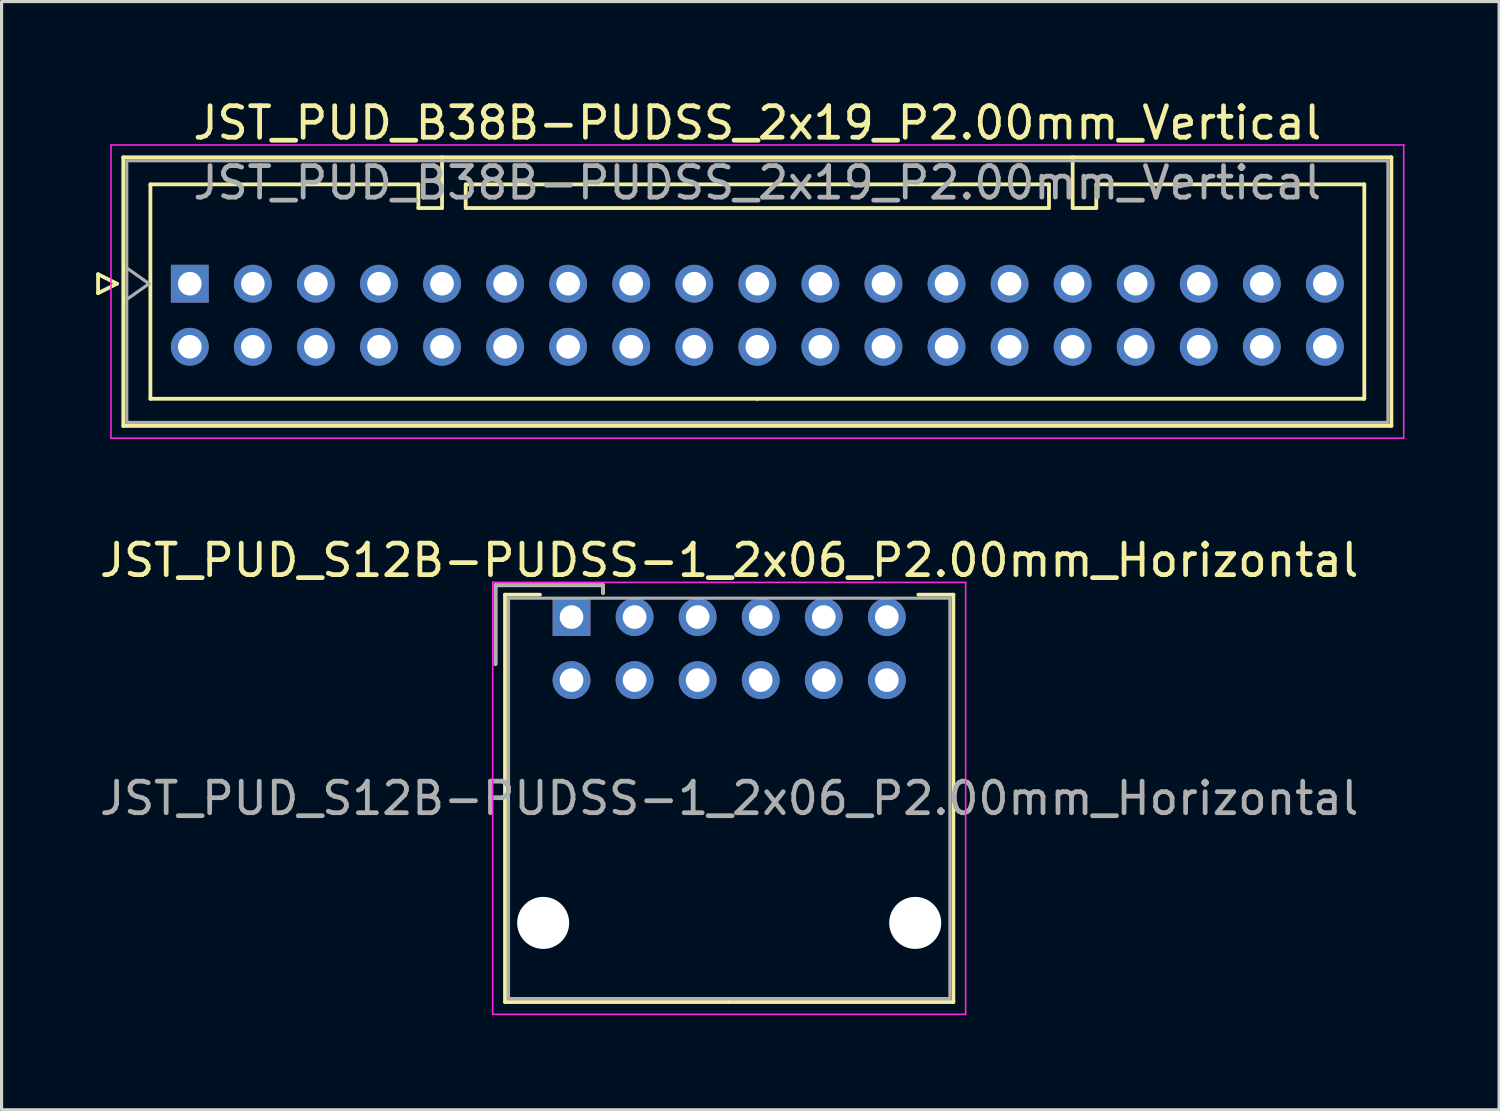
<source format=kicad_pcb>
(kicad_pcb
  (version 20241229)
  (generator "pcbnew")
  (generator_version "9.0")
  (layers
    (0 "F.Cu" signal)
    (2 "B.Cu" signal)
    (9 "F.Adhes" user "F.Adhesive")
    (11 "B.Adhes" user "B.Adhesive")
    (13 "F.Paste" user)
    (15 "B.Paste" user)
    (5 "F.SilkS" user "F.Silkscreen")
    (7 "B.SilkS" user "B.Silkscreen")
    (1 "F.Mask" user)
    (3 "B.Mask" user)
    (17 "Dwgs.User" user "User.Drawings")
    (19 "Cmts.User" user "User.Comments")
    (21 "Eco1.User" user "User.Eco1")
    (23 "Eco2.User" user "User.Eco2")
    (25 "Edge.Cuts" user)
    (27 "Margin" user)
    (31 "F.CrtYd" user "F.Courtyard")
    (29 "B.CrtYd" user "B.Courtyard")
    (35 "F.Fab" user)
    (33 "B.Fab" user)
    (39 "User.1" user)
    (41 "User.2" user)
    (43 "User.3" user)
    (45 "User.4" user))
  (footprint "JST_PUD_S12B-PUDSS-1_2x06_P2.00mm_Horizontal"
    (layer "F.Cu")
    (at 15.077 16.521)
    (property "Reference" "JST_PUD_S12B-PUDSS-1_2x06_P2.00mm_Horizontal" (at 5 -1.8 0) (layer "F.SilkS") (effects (font (size 1 1) (thickness 0.15))))
    (attr through_hole)
    (fp_line (start -2.41 -1.01) (end -2.41 1.49) (stroke (width 0.12) (type solid)) (layer "F.SilkS"))
    (fp_line (start -2.11 -0.71) (end -2.11 12.21) (stroke (width 0.12) (type solid)) (layer "F.SilkS"))
    (fp_line (start -2.11 12.21) (end 5 12.21) (stroke (width 0.12) (type solid)) (layer "F.SilkS"))
    (fp_line (start -1 -0.71) (end -2.11 -0.71) (stroke (width 0.12) (type solid)) (layer "F.SilkS"))
    (fp_line (start 1 -1.01) (end -2.41 -1.01) (stroke (width 0.12) (type solid)) (layer "F.SilkS"))
    (fp_line (start 1 -0.76) (end 1 -1.01) (stroke (width 0.12) (type solid)) (layer "F.SilkS"))
    (fp_line (start 11 -0.71) (end 12.11 -0.71) (stroke (width 0.12) (type solid)) (layer "F.SilkS"))
    (fp_line (start 12.11 -0.71) (end 12.11 12.21) (stroke (width 0.12) (type solid)) (layer "F.SilkS"))
    (fp_line (start 12.11 12.21) (end 5 12.21) (stroke (width 0.12) (type solid)) (layer "F.SilkS"))
    (fp_line (start -2.5 -1.1) (end -2.5 12.6) (stroke (width 0.05) (type solid)) (layer "F.CrtYd"))
    (fp_line (start -2.5 12.6) (end 12.5 12.6) (stroke (width 0.05) (type solid)) (layer "F.CrtYd"))
    (fp_line (start 12.5 -1.1) (end -2.5 -1.1) (stroke (width 0.05) (type solid)) (layer "F.CrtYd"))
    (fp_line (start 12.5 12.6) (end 12.5 -1.1) (stroke (width 0.05) (type solid)) (layer "F.CrtYd"))
    (fp_line (start -2.41 -1.01) (end -2.41 1.49) (stroke (width 0.1) (type solid)) (layer "F.Fab"))
    (fp_line (start -2 -0.6) (end -2 12.1) (stroke (width 0.1) (type solid)) (layer "F.Fab"))
    (fp_line (start -2 12.1) (end 12 12.1) (stroke (width 0.1) (type solid)) (layer "F.Fab"))
    (fp_line (start 1 -1.01) (end -2.41 -1.01) (stroke (width 0.1) (type solid)) (layer "F.Fab"))
    (fp_line (start 1 -0.76) (end 1 -1.01) (stroke (width 0.1) (type solid)) (layer "F.Fab"))
    (fp_line (start 12 -0.6) (end -2 -0.6) (stroke (width 0.1) (type solid)) (layer "F.Fab"))
    (fp_line (start 12 12.1) (end 12 -0.6) (stroke (width 0.1) (type solid)) (layer "F.Fab"))
    (fp_text user "${REFERENCE}" (at 5 5.75 0) (layer "F.Fab") (effects (font (size 1 1) (thickness 0.15))))
    (pad "" np_thru_hole circle (at -0.9 9.7) (size 1.65 1.65) (drill 1.65) (layers "*.Cu" "*.Mask"))
    (pad "" np_thru_hole circle (at 10.9 9.7) (size 1.65 1.65) (drill 1.65) (layers "*.Cu" "*.Mask"))
    (pad "1" thru_hole rect (at 0 0) (size 1.2 1.2) (drill 0.75) (layers "*.Cu" "*.Mask"))
    (pad "2" thru_hole oval (at 0 2) (size 1.2 1.2) (drill 0.75) (layers "*.Cu" "*.Mask"))
    (pad "3" thru_hole oval (at 2 0) (size 1.2 1.2) (drill 0.75) (layers "*.Cu" "*.Mask"))
    (pad "4" thru_hole oval (at 2 2) (size 1.2 1.2) (drill 0.75) (layers "*.Cu" "*.Mask"))
    (pad "5" thru_hole oval (at 4 0) (size 1.2 1.2) (drill 0.75) (layers "*.Cu" "*.Mask"))
    (pad "6" thru_hole oval (at 4 2) (size 1.2 1.2) (drill 0.75) (layers "*.Cu" "*.Mask"))
    (pad "7" thru_hole oval (at 6 0) (size 1.2 1.2) (drill 0.75) (layers "*.Cu" "*.Mask"))
    (pad "8" thru_hole oval (at 6 2) (size 1.2 1.2) (drill 0.75) (layers "*.Cu" "*.Mask"))
    (pad "9" thru_hole oval (at 8 0) (size 1.2 1.2) (drill 0.75) (layers "*.Cu" "*.Mask"))
    (pad "10" thru_hole oval (at 8 2) (size 1.2 1.2) (drill 0.75) (layers "*.Cu" "*.Mask"))
    (pad "11" thru_hole oval (at 10 0) (size 1.2 1.2) (drill 0.75) (layers "*.Cu" "*.Mask"))
    (pad "12" thru_hole oval (at 10 2) (size 1.2 1.2) (drill 0.75) (layers "*.Cu" "*.Mask")))
  (footprint "JST_PUD_B38B-PUDSS_2x19_P2.00mm_Vertical"
    (layer "F.Cu")
    (at 2.97 5.948)
    (property "Reference" "JST_PUD_B38B-PUDSS_2x19_P2.00mm_Vertical" (at 18 -5.1 0) (layer "F.SilkS") (effects (font (size 1 1) (thickness 0.15))))
    (attr through_hole)
    (fp_line (start -2.91 -0.3) (end -2.31 0) (stroke (width 0.12) (type solid)) (layer "F.SilkS"))
    (fp_line (start -2.91 0.3) (end -2.91 -0.3) (stroke (width 0.12) (type solid)) (layer "F.SilkS"))
    (fp_line (start -2.31 0) (end -2.91 0.3) (stroke (width 0.12) (type solid)) (layer "F.SilkS"))
    (fp_line (start -2.11 -4.01) (end -2.11 4.51) (stroke (width 0.12) (type solid)) (layer "F.SilkS"))
    (fp_line (start -2.11 4.51) (end 38.11 4.51) (stroke (width 0.12) (type solid)) (layer "F.SilkS"))
    (fp_line (start -1.25 -3.15) (end -1.25 3.65) (stroke (width 0.12) (type solid)) (layer "F.SilkS"))
    (fp_line (start -1.25 3.65) (end 18 3.65) (stroke (width 0.12) (type solid)) (layer "F.SilkS"))
    (fp_line (start 7.25 -3.15) (end -1.25 -3.15) (stroke (width 0.12) (type solid)) (layer "F.SilkS"))
    (fp_line (start 7.25 -2.4) (end 7.25 -3.15) (stroke (width 0.12) (type solid)) (layer "F.SilkS"))
    (fp_line (start 8 -4.01) (end 8 -2.4) (stroke (width 0.12) (type solid)) (layer "F.SilkS"))
    (fp_line (start 8 -2.4) (end 7.25 -2.4) (stroke (width 0.12) (type solid)) (layer "F.SilkS"))
    (fp_line (start 8.75 -3.15) (end 8.75 -2.4) (stroke (width 0.12) (type solid)) (layer "F.SilkS"))
    (fp_line (start 8.75 -2.4) (end 27.25 -2.4) (stroke (width 0.12) (type solid)) (layer "F.SilkS"))
    (fp_line (start 27.25 -3.15) (end 8.75 -3.15) (stroke (width 0.12) (type solid)) (layer "F.SilkS"))
    (fp_line (start 27.25 -2.4) (end 27.25 -3.15) (stroke (width 0.12) (type solid)) (layer "F.SilkS"))
    (fp_line (start 28 -4.01) (end 28 -2.4) (stroke (width 0.12) (type solid)) (layer "F.SilkS"))
    (fp_line (start 28 -2.4) (end 28.75 -2.4) (stroke (width 0.12) (type solid)) (layer "F.SilkS"))
    (fp_line (start 28.75 -3.15) (end 37.25 -3.15) (stroke (width 0.12) (type solid)) (layer "F.SilkS"))
    (fp_line (start 28.75 -2.4) (end 28.75 -3.15) (stroke (width 0.12) (type solid)) (layer "F.SilkS"))
    (fp_line (start 37.25 -3.15) (end 37.25 3.65) (stroke (width 0.12) (type solid)) (layer "F.SilkS"))
    (fp_line (start 37.25 3.65) (end 18 3.65) (stroke (width 0.12) (type solid)) (layer "F.SilkS"))
    (fp_line (start 38.11 -4.01) (end -2.11 -4.01) (stroke (width 0.12) (type solid)) (layer "F.SilkS"))
    (fp_line (start 38.11 4.51) (end 38.11 -4.01) (stroke (width 0.12) (type solid)) (layer "F.SilkS"))
    (fp_line (start -2.5 -4.4) (end -2.5 4.9) (stroke (width 0.05) (type solid)) (layer "F.CrtYd"))
    (fp_line (start -2.5 4.9) (end 38.5 4.9) (stroke (width 0.05) (type solid)) (layer "F.CrtYd"))
    (fp_line (start 38.5 -4.4) (end -2.5 -4.4) (stroke (width 0.05) (type solid)) (layer "F.CrtYd"))
    (fp_line (start 38.5 4.9) (end 38.5 -4.4) (stroke (width 0.05) (type solid)) (layer "F.CrtYd"))
    (fp_line (start -2 -3.9) (end -2 4.4) (stroke (width 0.1) (type solid)) (layer "F.Fab"))
    (fp_line (start -2 0.5) (end -1.293 0) (stroke (width 0.1) (type solid)) (layer "F.Fab"))
    (fp_line (start -2 4.4) (end 38 4.4) (stroke (width 0.1) (type solid)) (layer "F.Fab"))
    (fp_line (start -1.293 0) (end -2 -0.5) (stroke (width 0.1) (type solid)) (layer "F.Fab"))
    (fp_line (start 38 -3.9) (end -2 -3.9) (stroke (width 0.1) (type solid)) (layer "F.Fab"))
    (fp_line (start 38 4.4) (end 38 -3.9) (stroke (width 0.1) (type solid)) (layer "F.Fab"))
    (fp_text user "${REFERENCE}" (at 18 -3.2 0) (layer "F.Fab") (effects (font (size 1 1) (thickness 0.15))))
    (pad "1" thru_hole rect (at 0 0) (size 1.2 1.2) (drill 0.75) (layers "*.Cu" "*.Mask"))
    (pad "2" thru_hole circle (at 0 2) (size 1.2 1.2) (drill 0.75) (layers "*.Cu" "*.Mask"))
    (pad "3" thru_hole circle (at 2 0) (size 1.2 1.2) (drill 0.75) (layers "*.Cu" "*.Mask"))
    (pad "4" thru_hole circle (at 2 2) (size 1.2 1.2) (drill 0.75) (layers "*.Cu" "*.Mask"))
    (pad "5" thru_hole circle (at 4 0) (size 1.2 1.2) (drill 0.75) (layers "*.Cu" "*.Mask"))
    (pad "6" thru_hole circle (at 4 2) (size 1.2 1.2) (drill 0.75) (layers "*.Cu" "*.Mask"))
    (pad "7" thru_hole circle (at 6 0) (size 1.2 1.2) (drill 0.75) (layers "*.Cu" "*.Mask"))
    (pad "8" thru_hole circle (at 6 2) (size 1.2 1.2) (drill 0.75) (layers "*.Cu" "*.Mask"))
    (pad "9" thru_hole circle (at 8 0) (size 1.2 1.2) (drill 0.75) (layers "*.Cu" "*.Mask"))
    (pad "10" thru_hole circle (at 8 2) (size 1.2 1.2) (drill 0.75) (layers "*.Cu" "*.Mask"))
    (pad "11" thru_hole circle (at 10 0) (size 1.2 1.2) (drill 0.75) (layers "*.Cu" "*.Mask"))
    (pad "12" thru_hole circle (at 10 2) (size 1.2 1.2) (drill 0.75) (layers "*.Cu" "*.Mask"))
    (pad "13" thru_hole circle (at 12 0) (size 1.2 1.2) (drill 0.75) (layers "*.Cu" "*.Mask"))
    (pad "14" thru_hole circle (at 12 2) (size 1.2 1.2) (drill 0.75) (layers "*.Cu" "*.Mask"))
    (pad "15" thru_hole circle (at 14 0) (size 1.2 1.2) (drill 0.75) (layers "*.Cu" "*.Mask"))
    (pad "16" thru_hole circle (at 14 2) (size 1.2 1.2) (drill 0.75) (layers "*.Cu" "*.Mask"))
    (pad "17" thru_hole circle (at 16 0) (size 1.2 1.2) (drill 0.75) (layers "*.Cu" "*.Mask"))
    (pad "18" thru_hole circle (at 16 2) (size 1.2 1.2) (drill 0.75) (layers "*.Cu" "*.Mask"))
    (pad "19" thru_hole circle (at 18 0) (size 1.2 1.2) (drill 0.75) (layers "*.Cu" "*.Mask"))
    (pad "20" thru_hole circle (at 18 2) (size 1.2 1.2) (drill 0.75) (layers "*.Cu" "*.Mask"))
    (pad "21" thru_hole circle (at 20 0) (size 1.2 1.2) (drill 0.75) (layers "*.Cu" "*.Mask"))
    (pad "22" thru_hole circle (at 20 2) (size 1.2 1.2) (drill 0.75) (layers "*.Cu" "*.Mask"))
    (pad "23" thru_hole circle (at 22 0) (size 1.2 1.2) (drill 0.75) (layers "*.Cu" "*.Mask"))
    (pad "24" thru_hole circle (at 22 2) (size 1.2 1.2) (drill 0.75) (layers "*.Cu" "*.Mask"))
    (pad "25" thru_hole circle (at 24 0) (size 1.2 1.2) (drill 0.75) (layers "*.Cu" "*.Mask"))
    (pad "26" thru_hole circle (at 24 2) (size 1.2 1.2) (drill 0.75) (layers "*.Cu" "*.Mask"))
    (pad "27" thru_hole circle (at 26 0) (size 1.2 1.2) (drill 0.75) (layers "*.Cu" "*.Mask"))
    (pad "28" thru_hole circle (at 26 2) (size 1.2 1.2) (drill 0.75) (layers "*.Cu" "*.Mask"))
    (pad "29" thru_hole circle (at 28 0) (size 1.2 1.2) (drill 0.75) (layers "*.Cu" "*.Mask"))
    (pad "30" thru_hole circle (at 28 2) (size 1.2 1.2) (drill 0.75) (layers "*.Cu" "*.Mask"))
    (pad "31" thru_hole circle (at 30 0) (size 1.2 1.2) (drill 0.75) (layers "*.Cu" "*.Mask"))
    (pad "32" thru_hole circle (at 30 2) (size 1.2 1.2) (drill 0.75) (layers "*.Cu" "*.Mask"))
    (pad "33" thru_hole circle (at 32 0) (size 1.2 1.2) (drill 0.75) (layers "*.Cu" "*.Mask"))
    (pad "34" thru_hole circle (at 32 2) (size 1.2 1.2) (drill 0.75) (layers "*.Cu" "*.Mask"))
    (pad "35" thru_hole circle (at 34 0) (size 1.2 1.2) (drill 0.75) (layers "*.Cu" "*.Mask"))
    (pad "36" thru_hole circle (at 34 2) (size 1.2 1.2) (drill 0.75) (layers "*.Cu" "*.Mask"))
    (pad "37" thru_hole circle (at 36 0) (size 1.2 1.2) (drill 0.75) (layers "*.Cu" "*.Mask"))
    (pad "38" thru_hole circle (at 36 2) (size 1.2 1.2) (drill 0.75) (layers "*.Cu" "*.Mask")))
  (gr_rect
    (start -3 -3)
    (end 44.495 32.147)
    (stroke (width 0.1) (type default))
    (fill no)
    (layer "Edge.Cuts")))
</source>
